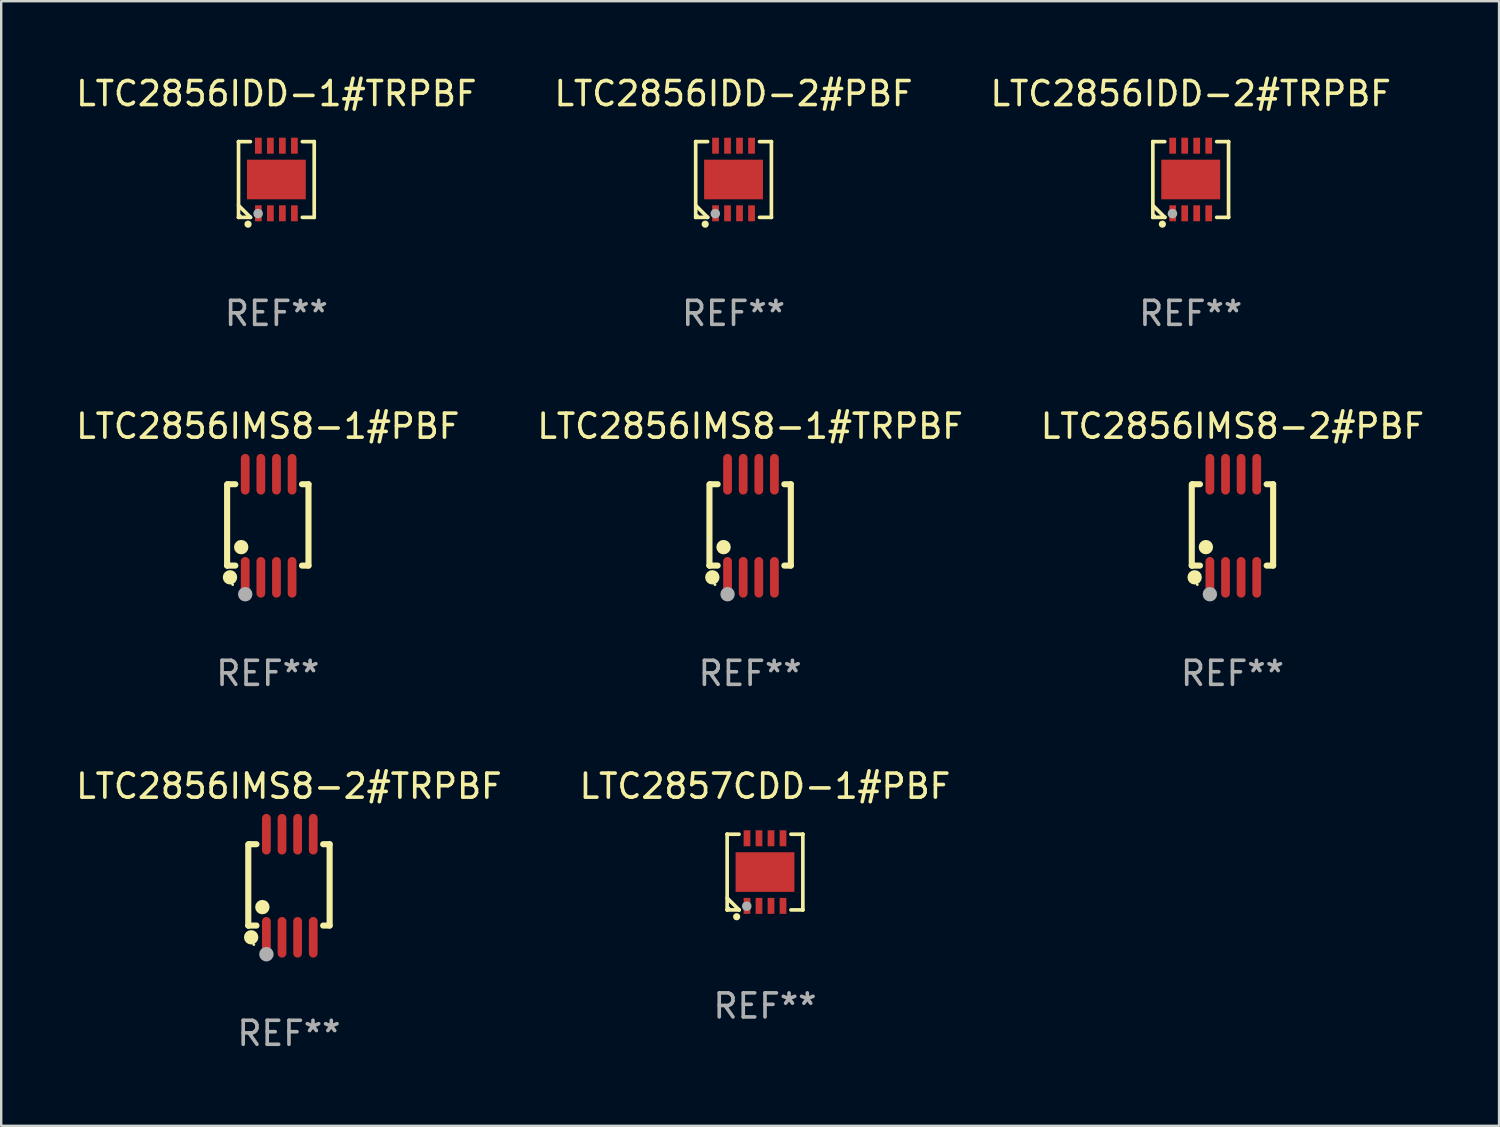
<source format=kicad_pcb>
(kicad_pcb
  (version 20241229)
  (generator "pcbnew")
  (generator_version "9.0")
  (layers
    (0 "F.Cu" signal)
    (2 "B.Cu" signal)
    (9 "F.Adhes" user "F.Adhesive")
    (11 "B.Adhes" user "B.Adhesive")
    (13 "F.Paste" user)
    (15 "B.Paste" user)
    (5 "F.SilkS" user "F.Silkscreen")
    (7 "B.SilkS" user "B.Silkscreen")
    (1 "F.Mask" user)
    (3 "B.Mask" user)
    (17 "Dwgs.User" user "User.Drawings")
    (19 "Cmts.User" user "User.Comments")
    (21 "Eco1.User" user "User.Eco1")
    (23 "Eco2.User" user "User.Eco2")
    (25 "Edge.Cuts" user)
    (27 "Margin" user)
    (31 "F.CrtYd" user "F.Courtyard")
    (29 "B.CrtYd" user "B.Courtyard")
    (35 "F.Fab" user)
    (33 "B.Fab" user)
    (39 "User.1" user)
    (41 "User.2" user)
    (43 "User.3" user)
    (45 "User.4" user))
  (footprint "LTC2857CDD-1#PBF"
    (layer "F.Cu")
    (at 28.804 33.262)
    (property "Reference" "LTC2857CDD-1#PBF" (at 0 -3.576 0) (layer "F.SilkS") (effects (font (size 1 1) (thickness 0.15))))
    (attr through_hole)
    (fp_line (start -1.576 -1.576) (end -1.576 -1.576) (stroke (width 0.152) (type solid)) (layer "F.SilkS"))
    (fp_line (start -1.576 -1.576) (end -1.08 -1.576) (stroke (width 0.152) (type solid)) (layer "F.SilkS"))
    (fp_line (start -1.576 1.576) (end -1.576 -1.576) (stroke (width 0.152) (type solid)) (layer "F.SilkS"))
    (fp_line (start -1.576 1.576) (end -1.576 1.576) (stroke (width 0.152) (type solid)) (layer "F.SilkS"))
    (fp_line (start -1.08 1.575) (end -1.576 1.079) (stroke (width 0.152) (type solid)) (layer "F.SilkS"))
    (fp_line (start -1.08 1.576) (end -1.576 1.576) (stroke (width 0.152) (type solid)) (layer "F.SilkS"))
    (fp_line (start -1.08 1.576) (end -1.08 1.575) (stroke (width 0.152) (type solid)) (layer "F.SilkS"))
    (fp_line (start 1.08 1.576) (end 1.576 1.576) (stroke (width 0.152) (type solid)) (layer "F.SilkS"))
    (fp_line (start 1.576 -1.576) (end 1.08 -1.576) (stroke (width 0.152) (type solid)) (layer "F.SilkS"))
    (fp_line (start 1.576 -1.576) (end 1.576 -1.576) (stroke (width 0.152) (type solid)) (layer "F.SilkS"))
    (fp_line (start 1.576 1.576) (end 1.576 -1.576) (stroke (width 0.152) (type solid)) (layer "F.SilkS"))
    (fp_line (start 1.576 1.576) (end 1.576 1.576) (stroke (width 0.152) (type solid)) (layer "F.SilkS"))
    (fp_circle (center -1.5 1.5) (end -1.47 1.5) (stroke (width 0.06) (type solid)) (fill no) (layer "F.SilkS"))
    (fp_circle (center -1.18 1.86) (end -1.105 1.86) (stroke (width 0.15) (type solid)) (fill no) (layer "F.SilkS"))
    (fp_circle (center -0.76 1.42) (end -0.66 1.42) (stroke (width 0.2) (type solid)) (fill no) (layer "F.Fab"))
    (fp_text user "REF**" (at 0 5.576 0) (layer "F.Fab") (effects (font (size 1 1) (thickness 0.15))))
    (pad "1" smd rect (at -0.75 1.407) (size 0.28 0.665) (layers "F.Cu" "F.Mask" "F.Paste"))
    (pad "2" smd rect (at -0.25 1.407) (size 0.28 0.665) (layers "F.Cu" "F.Mask" "F.Paste"))
    (pad "3" smd rect (at 0.25 1.407) (size 0.28 0.665) (layers "F.Cu" "F.Mask" "F.Paste"))
    (pad "4" smd rect (at 0.75 1.407) (size 0.28 0.665) (layers "F.Cu" "F.Mask" "F.Paste"))
    (pad "5" smd rect (at 0.75 -1.407) (size 0.28 0.665) (layers "F.Cu" "F.Mask" "F.Paste"))
    (pad "6" smd rect (at 0.25 -1.407) (size 0.28 0.665) (layers "F.Cu" "F.Mask" "F.Paste"))
    (pad "7" smd rect (at -0.25 -1.407) (size 0.28 0.665) (layers "F.Cu" "F.Mask" "F.Paste"))
    (pad "8" smd rect (at -0.75 -1.407) (size 0.28 0.665) (layers "F.Cu" "F.Mask" "F.Paste"))
    (pad "9" smd rect (at 0 0) (size 2.45 1.65) (layers "F.Cu" "F.Mask" "F.Paste")))
  (footprint "LTC2856IMS8-1#TRPBF"
    (layer "F.Cu")
    (at 28.185 18.843)
    (property "Reference" "LTC2856IMS8-1#TRPBF" (at 0 -4.146 0) (layer "F.SilkS") (effects (font (size 1 1) (thickness 0.15))))
    (attr through_hole)
    (fp_line (start -1.694 -1.724) (end -1.694 1.652) (stroke (width 0.254) (type solid)) (layer "F.SilkS"))
    (fp_line (start -1.694 1.652) (end -1.688 1.658) (stroke (width 0.254) (type solid)) (layer "F.SilkS"))
    (fp_line (start -1.688 1.658) (end -1.353 1.658) (stroke (width 0.254) (type solid)) (layer "F.SilkS"))
    (fp_line (start -1.661 -1.73) (end -1.681 -1.71) (stroke (width 0.254) (type solid)) (layer "F.SilkS"))
    (fp_line (start -1.353 -1.73) (end -1.661 -1.73) (stroke (width 0.254) (type solid)) (layer "F.SilkS"))
    (fp_line (start 1.424 1.658) (end 1.694 1.658) (stroke (width 0.254) (type solid)) (layer "F.SilkS"))
    (fp_line (start 1.694 -1.73) (end 1.424 -1.73) (stroke (width 0.254) (type solid)) (layer "F.SilkS"))
    (fp_line (start 1.694 1.658) (end 1.694 -1.73) (stroke (width 0.254) (type solid)) (layer "F.SilkS"))
    (fp_circle (center -1.574 2.146) (end -1.424 2.146) (stroke (width 0.3) (type solid)) (fill no) (layer "F.SilkS"))
    (fp_circle (center -1.464 2.45) (end -1.434 2.45) (stroke (width 0.06) (type solid)) (fill no) (layer "F.SilkS"))
    (fp_circle (center -1.107 0.889) (end -0.957 0.889) (stroke (width 0.3) (type solid)) (fill no) (layer "F.SilkS"))
    (fp_circle (center -0.94 2.85) (end -0.789 2.85) (stroke (width 0.3) (type solid)) (fill no) (layer "F.Fab"))
    (fp_text user "REF**" (at 0 6.146 0) (layer "F.Fab") (effects (font (size 1 1) (thickness 0.15))))
    (pad "1" smd oval (at -0.94 2.146) (size 0.364 1.692) (layers "F.Cu" "F.Mask" "F.Paste"))
    (pad "2" smd oval (at -0.289 2.146) (size 0.364 1.692) (layers "F.Cu" "F.Mask" "F.Paste"))
    (pad "3" smd oval (at 0.361 2.146) (size 0.364 1.692) (layers "F.Cu" "F.Mask" "F.Paste"))
    (pad "4" smd oval (at 1.011 2.146) (size 0.364 1.692) (layers "F.Cu" "F.Mask" "F.Paste"))
    (pad "5" smd oval (at 1.011 -2.146) (size 0.364 1.692) (layers "F.Cu" "F.Mask" "F.Paste"))
    (pad "6" smd oval (at 0.361 -2.146) (size 0.364 1.692) (layers "F.Cu" "F.Mask" "F.Paste"))
    (pad "7" smd oval (at -0.289 -2.146) (size 0.364 1.692) (layers "F.Cu" "F.Mask" "F.Paste"))
    (pad "8" smd oval (at -0.94 -2.146) (size 0.364 1.692) (layers "F.Cu" "F.Mask" "F.Paste")))
  (footprint "LTC2856IDD-1#TRPBF"
    (layer "F.Cu")
    (at 8.458 4.424)
    (property "Reference" "LTC2856IDD-1#TRPBF" (at 0 -3.576 0) (layer "F.SilkS") (effects (font (size 1 1) (thickness 0.15))))
    (attr through_hole)
    (fp_line (start -1.576 -1.576) (end -1.576 -1.576) (stroke (width 0.152) (type solid)) (layer "F.SilkS"))
    (fp_line (start -1.576 -1.576) (end -1.08 -1.576) (stroke (width 0.152) (type solid)) (layer "F.SilkS"))
    (fp_line (start -1.576 1.576) (end -1.576 -1.576) (stroke (width 0.152) (type solid)) (layer "F.SilkS"))
    (fp_line (start -1.576 1.576) (end -1.576 1.576) (stroke (width 0.152) (type solid)) (layer "F.SilkS"))
    (fp_line (start -1.08 1.575) (end -1.576 1.079) (stroke (width 0.152) (type solid)) (layer "F.SilkS"))
    (fp_line (start -1.08 1.576) (end -1.576 1.576) (stroke (width 0.152) (type solid)) (layer "F.SilkS"))
    (fp_line (start -1.08 1.576) (end -1.08 1.575) (stroke (width 0.152) (type solid)) (layer "F.SilkS"))
    (fp_line (start 1.08 1.576) (end 1.576 1.576) (stroke (width 0.152) (type solid)) (layer "F.SilkS"))
    (fp_line (start 1.576 -1.576) (end 1.08 -1.576) (stroke (width 0.152) (type solid)) (layer "F.SilkS"))
    (fp_line (start 1.576 -1.576) (end 1.576 -1.576) (stroke (width 0.152) (type solid)) (layer "F.SilkS"))
    (fp_line (start 1.576 1.576) (end 1.576 -1.576) (stroke (width 0.152) (type solid)) (layer "F.SilkS"))
    (fp_line (start 1.576 1.576) (end 1.576 1.576) (stroke (width 0.152) (type solid)) (layer "F.SilkS"))
    (fp_circle (center -1.5 1.5) (end -1.47 1.5) (stroke (width 0.06) (type solid)) (fill no) (layer "F.SilkS"))
    (fp_circle (center -1.18 1.86) (end -1.105 1.86) (stroke (width 0.15) (type solid)) (fill no) (layer "F.SilkS"))
    (fp_circle (center -0.76 1.42) (end -0.66 1.42) (stroke (width 0.2) (type solid)) (fill no) (layer "F.Fab"))
    (fp_text user "REF**" (at 0 5.576 0) (layer "F.Fab") (effects (font (size 1 1) (thickness 0.15))))
    (pad "1" smd rect (at -0.75 1.407) (size 0.28 0.665) (layers "F.Cu" "F.Mask" "F.Paste"))
    (pad "2" smd rect (at -0.25 1.407) (size 0.28 0.665) (layers "F.Cu" "F.Mask" "F.Paste"))
    (pad "3" smd rect (at 0.25 1.407) (size 0.28 0.665) (layers "F.Cu" "F.Mask" "F.Paste"))
    (pad "4" smd rect (at 0.75 1.407) (size 0.28 0.665) (layers "F.Cu" "F.Mask" "F.Paste"))
    (pad "5" smd rect (at 0.75 -1.407) (size 0.28 0.665) (layers "F.Cu" "F.Mask" "F.Paste"))
    (pad "6" smd rect (at 0.25 -1.407) (size 0.28 0.665) (layers "F.Cu" "F.Mask" "F.Paste"))
    (pad "7" smd rect (at -0.25 -1.407) (size 0.28 0.665) (layers "F.Cu" "F.Mask" "F.Paste"))
    (pad "8" smd rect (at -0.75 -1.407) (size 0.28 0.665) (layers "F.Cu" "F.Mask" "F.Paste"))
    (pad "9" smd rect (at 0 0) (size 2.45 1.65) (layers "F.Cu" "F.Mask" "F.Paste")))
  (footprint "LTC2856IMS8-2#TRPBF"
    (layer "F.Cu")
    (at 8.982 33.832)
    (property "Reference" "LTC2856IMS8-2#TRPBF" (at 0 -4.146 0) (layer "F.SilkS") (effects (font (size 1 1) (thickness 0.15))))
    (attr through_hole)
    (fp_line (start -1.694 -1.724) (end -1.694 1.652) (stroke (width 0.254) (type solid)) (layer "F.SilkS"))
    (fp_line (start -1.694 1.652) (end -1.688 1.658) (stroke (width 0.254) (type solid)) (layer "F.SilkS"))
    (fp_line (start -1.688 1.658) (end -1.353 1.658) (stroke (width 0.254) (type solid)) (layer "F.SilkS"))
    (fp_line (start -1.661 -1.73) (end -1.681 -1.71) (stroke (width 0.254) (type solid)) (layer "F.SilkS"))
    (fp_line (start -1.353 -1.73) (end -1.661 -1.73) (stroke (width 0.254) (type solid)) (layer "F.SilkS"))
    (fp_line (start 1.424 1.658) (end 1.694 1.658) (stroke (width 0.254) (type solid)) (layer "F.SilkS"))
    (fp_line (start 1.694 -1.73) (end 1.424 -1.73) (stroke (width 0.254) (type solid)) (layer "F.SilkS"))
    (fp_line (start 1.694 1.658) (end 1.694 -1.73) (stroke (width 0.254) (type solid)) (layer "F.SilkS"))
    (fp_circle (center -1.574 2.146) (end -1.424 2.146) (stroke (width 0.3) (type solid)) (fill no) (layer "F.SilkS"))
    (fp_circle (center -1.464 2.45) (end -1.434 2.45) (stroke (width 0.06) (type solid)) (fill no) (layer "F.SilkS"))
    (fp_circle (center -1.107 0.889) (end -0.957 0.889) (stroke (width 0.3) (type solid)) (fill no) (layer "F.SilkS"))
    (fp_circle (center -0.94 2.85) (end -0.789 2.85) (stroke (width 0.3) (type solid)) (fill no) (layer "F.Fab"))
    (fp_text user "REF**" (at 0 6.146 0) (layer "F.Fab") (effects (font (size 1 1) (thickness 0.15))))
    (pad "1" smd oval (at -0.94 2.146) (size 0.364 1.692) (layers "F.Cu" "F.Mask" "F.Paste"))
    (pad "2" smd oval (at -0.289 2.146) (size 0.364 1.692) (layers "F.Cu" "F.Mask" "F.Paste"))
    (pad "3" smd oval (at 0.361 2.146) (size 0.364 1.692) (layers "F.Cu" "F.Mask" "F.Paste"))
    (pad "4" smd oval (at 1.011 2.146) (size 0.364 1.692) (layers "F.Cu" "F.Mask" "F.Paste"))
    (pad "5" smd oval (at 1.011 -2.146) (size 0.364 1.692) (layers "F.Cu" "F.Mask" "F.Paste"))
    (pad "6" smd oval (at 0.361 -2.146) (size 0.364 1.692) (layers "F.Cu" "F.Mask" "F.Paste"))
    (pad "7" smd oval (at -0.289 -2.146) (size 0.364 1.692) (layers "F.Cu" "F.Mask" "F.Paste"))
    (pad "8" smd oval (at -0.94 -2.146) (size 0.364 1.692) (layers "F.Cu" "F.Mask" "F.Paste")))
  (footprint "LTC2856IMS8-1#PBF"
    (layer "F.Cu")
    (at 8.101 18.843)
    (property "Reference" "LTC2856IMS8-1#PBF" (at 0 -4.146 0) (layer "F.SilkS") (effects (font (size 1 1) (thickness 0.15))))
    (attr through_hole)
    (fp_line (start -1.694 -1.724) (end -1.694 1.652) (stroke (width 0.254) (type solid)) (layer "F.SilkS"))
    (fp_line (start -1.694 1.652) (end -1.688 1.658) (stroke (width 0.254) (type solid)) (layer "F.SilkS"))
    (fp_line (start -1.688 1.658) (end -1.353 1.658) (stroke (width 0.254) (type solid)) (layer "F.SilkS"))
    (fp_line (start -1.661 -1.73) (end -1.681 -1.71) (stroke (width 0.254) (type solid)) (layer "F.SilkS"))
    (fp_line (start -1.353 -1.73) (end -1.661 -1.73) (stroke (width 0.254) (type solid)) (layer "F.SilkS"))
    (fp_line (start 1.424 1.658) (end 1.694 1.658) (stroke (width 0.254) (type solid)) (layer "F.SilkS"))
    (fp_line (start 1.694 -1.73) (end 1.424 -1.73) (stroke (width 0.254) (type solid)) (layer "F.SilkS"))
    (fp_line (start 1.694 1.658) (end 1.694 -1.73) (stroke (width 0.254) (type solid)) (layer "F.SilkS"))
    (fp_circle (center -1.574 2.146) (end -1.424 2.146) (stroke (width 0.3) (type solid)) (fill no) (layer "F.SilkS"))
    (fp_circle (center -1.464 2.45) (end -1.434 2.45) (stroke (width 0.06) (type solid)) (fill no) (layer "F.SilkS"))
    (fp_circle (center -1.107 0.889) (end -0.957 0.889) (stroke (width 0.3) (type solid)) (fill no) (layer "F.SilkS"))
    (fp_circle (center -0.94 2.85) (end -0.789 2.85) (stroke (width 0.3) (type solid)) (fill no) (layer "F.Fab"))
    (fp_text user "REF**" (at 0 6.146 0) (layer "F.Fab") (effects (font (size 1 1) (thickness 0.15))))
    (pad "1" smd oval (at -0.94 2.146) (size 0.364 1.692) (layers "F.Cu" "F.Mask" "F.Paste"))
    (pad "2" smd oval (at -0.289 2.146) (size 0.364 1.692) (layers "F.Cu" "F.Mask" "F.Paste"))
    (pad "3" smd oval (at 0.361 2.146) (size 0.364 1.692) (layers "F.Cu" "F.Mask" "F.Paste"))
    (pad "4" smd oval (at 1.011 2.146) (size 0.364 1.692) (layers "F.Cu" "F.Mask" "F.Paste"))
    (pad "5" smd oval (at 1.011 -2.146) (size 0.364 1.692) (layers "F.Cu" "F.Mask" "F.Paste"))
    (pad "6" smd oval (at 0.361 -2.146) (size 0.364 1.692) (layers "F.Cu" "F.Mask" "F.Paste"))
    (pad "7" smd oval (at -0.289 -2.146) (size 0.364 1.692) (layers "F.Cu" "F.Mask" "F.Paste"))
    (pad "8" smd oval (at -0.94 -2.146) (size 0.364 1.692) (layers "F.Cu" "F.Mask" "F.Paste")))
  (footprint "LTC2856IDD-2#PBF"
    (layer "F.Cu")
    (at 27.494 4.424)
    (property "Reference" "LTC2856IDD-2#PBF" (at 0 -3.576 0) (layer "F.SilkS") (effects (font (size 1 1) (thickness 0.15))))
    (attr through_hole)
    (fp_line (start -1.576 -1.576) (end -1.576 -1.576) (stroke (width 0.152) (type solid)) (layer "F.SilkS"))
    (fp_line (start -1.576 -1.576) (end -1.08 -1.576) (stroke (width 0.152) (type solid)) (layer "F.SilkS"))
    (fp_line (start -1.576 1.576) (end -1.576 -1.576) (stroke (width 0.152) (type solid)) (layer "F.SilkS"))
    (fp_line (start -1.576 1.576) (end -1.576 1.576) (stroke (width 0.152) (type solid)) (layer "F.SilkS"))
    (fp_line (start -1.08 1.575) (end -1.576 1.079) (stroke (width 0.152) (type solid)) (layer "F.SilkS"))
    (fp_line (start -1.08 1.576) (end -1.576 1.576) (stroke (width 0.152) (type solid)) (layer "F.SilkS"))
    (fp_line (start -1.08 1.576) (end -1.08 1.575) (stroke (width 0.152) (type solid)) (layer "F.SilkS"))
    (fp_line (start 1.08 1.576) (end 1.576 1.576) (stroke (width 0.152) (type solid)) (layer "F.SilkS"))
    (fp_line (start 1.576 -1.576) (end 1.08 -1.576) (stroke (width 0.152) (type solid)) (layer "F.SilkS"))
    (fp_line (start 1.576 -1.576) (end 1.576 -1.576) (stroke (width 0.152) (type solid)) (layer "F.SilkS"))
    (fp_line (start 1.576 1.576) (end 1.576 -1.576) (stroke (width 0.152) (type solid)) (layer "F.SilkS"))
    (fp_line (start 1.576 1.576) (end 1.576 1.576) (stroke (width 0.152) (type solid)) (layer "F.SilkS"))
    (fp_circle (center -1.5 1.5) (end -1.47 1.5) (stroke (width 0.06) (type solid)) (fill no) (layer "F.SilkS"))
    (fp_circle (center -1.18 1.86) (end -1.105 1.86) (stroke (width 0.15) (type solid)) (fill no) (layer "F.SilkS"))
    (fp_circle (center -0.76 1.42) (end -0.66 1.42) (stroke (width 0.2) (type solid)) (fill no) (layer "F.Fab"))
    (fp_text user "REF**" (at 0 5.576 0) (layer "F.Fab") (effects (font (size 1 1) (thickness 0.15))))
    (pad "1" smd rect (at -0.75 1.407) (size 0.28 0.665) (layers "F.Cu" "F.Mask" "F.Paste"))
    (pad "2" smd rect (at -0.25 1.407) (size 0.28 0.665) (layers "F.Cu" "F.Mask" "F.Paste"))
    (pad "3" smd rect (at 0.25 1.407) (size 0.28 0.665) (layers "F.Cu" "F.Mask" "F.Paste"))
    (pad "4" smd rect (at 0.75 1.407) (size 0.28 0.665) (layers "F.Cu" "F.Mask" "F.Paste"))
    (pad "5" smd rect (at 0.75 -1.407) (size 0.28 0.665) (layers "F.Cu" "F.Mask" "F.Paste"))
    (pad "6" smd rect (at 0.25 -1.407) (size 0.28 0.665) (layers "F.Cu" "F.Mask" "F.Paste"))
    (pad "7" smd rect (at -0.25 -1.407) (size 0.28 0.665) (layers "F.Cu" "F.Mask" "F.Paste"))
    (pad "8" smd rect (at -0.75 -1.407) (size 0.28 0.665) (layers "F.Cu" "F.Mask" "F.Paste"))
    (pad "9" smd rect (at 0 0) (size 2.45 1.65) (layers "F.Cu" "F.Mask" "F.Paste")))
  (footprint "LTC2856IMS8-2#PBF"
    (layer "F.Cu")
    (at 48.268 18.843)
    (property "Reference" "LTC2856IMS8-2#PBF" (at 0 -4.146 0) (layer "F.SilkS") (effects (font (size 1 1) (thickness 0.15))))
    (attr through_hole)
    (fp_line (start -1.694 -1.724) (end -1.694 1.652) (stroke (width 0.254) (type solid)) (layer "F.SilkS"))
    (fp_line (start -1.694 1.652) (end -1.688 1.658) (stroke (width 0.254) (type solid)) (layer "F.SilkS"))
    (fp_line (start -1.688 1.658) (end -1.353 1.658) (stroke (width 0.254) (type solid)) (layer "F.SilkS"))
    (fp_line (start -1.661 -1.73) (end -1.681 -1.71) (stroke (width 0.254) (type solid)) (layer "F.SilkS"))
    (fp_line (start -1.353 -1.73) (end -1.661 -1.73) (stroke (width 0.254) (type solid)) (layer "F.SilkS"))
    (fp_line (start 1.424 1.658) (end 1.694 1.658) (stroke (width 0.254) (type solid)) (layer "F.SilkS"))
    (fp_line (start 1.694 -1.73) (end 1.424 -1.73) (stroke (width 0.254) (type solid)) (layer "F.SilkS"))
    (fp_line (start 1.694 1.658) (end 1.694 -1.73) (stroke (width 0.254) (type solid)) (layer "F.SilkS"))
    (fp_circle (center -1.574 2.146) (end -1.424 2.146) (stroke (width 0.3) (type solid)) (fill no) (layer "F.SilkS"))
    (fp_circle (center -1.464 2.45) (end -1.434 2.45) (stroke (width 0.06) (type solid)) (fill no) (layer "F.SilkS"))
    (fp_circle (center -1.107 0.889) (end -0.957 0.889) (stroke (width 0.3) (type solid)) (fill no) (layer "F.SilkS"))
    (fp_circle (center -0.94 2.85) (end -0.789 2.85) (stroke (width 0.3) (type solid)) (fill no) (layer "F.Fab"))
    (fp_text user "REF**" (at 0 6.146 0) (layer "F.Fab") (effects (font (size 1 1) (thickness 0.15))))
    (pad "1" smd oval (at -0.94 2.146) (size 0.364 1.692) (layers "F.Cu" "F.Mask" "F.Paste"))
    (pad "2" smd oval (at -0.289 2.146) (size 0.364 1.692) (layers "F.Cu" "F.Mask" "F.Paste"))
    (pad "3" smd oval (at 0.361 2.146) (size 0.364 1.692) (layers "F.Cu" "F.Mask" "F.Paste"))
    (pad "4" smd oval (at 1.011 2.146) (size 0.364 1.692) (layers "F.Cu" "F.Mask" "F.Paste"))
    (pad "5" smd oval (at 1.011 -2.146) (size 0.364 1.692) (layers "F.Cu" "F.Mask" "F.Paste"))
    (pad "6" smd oval (at 0.361 -2.146) (size 0.364 1.692) (layers "F.Cu" "F.Mask" "F.Paste"))
    (pad "7" smd oval (at -0.289 -2.146) (size 0.364 1.692) (layers "F.Cu" "F.Mask" "F.Paste"))
    (pad "8" smd oval (at -0.94 -2.146) (size 0.364 1.692) (layers "F.Cu" "F.Mask" "F.Paste")))
  (footprint "LTC2856IDD-2#TRPBF"
    (layer "F.Cu")
    (at 46.53 4.424)
    (property "Reference" "LTC2856IDD-2#TRPBF" (at 0 -3.576 0) (layer "F.SilkS") (effects (font (size 1 1) (thickness 0.15))))
    (attr through_hole)
    (fp_line (start -1.576 -1.576) (end -1.576 -1.576) (stroke (width 0.152) (type solid)) (layer "F.SilkS"))
    (fp_line (start -1.576 -1.576) (end -1.08 -1.576) (stroke (width 0.152) (type solid)) (layer "F.SilkS"))
    (fp_line (start -1.576 1.576) (end -1.576 -1.576) (stroke (width 0.152) (type solid)) (layer "F.SilkS"))
    (fp_line (start -1.576 1.576) (end -1.576 1.576) (stroke (width 0.152) (type solid)) (layer "F.SilkS"))
    (fp_line (start -1.08 1.575) (end -1.576 1.079) (stroke (width 0.152) (type solid)) (layer "F.SilkS"))
    (fp_line (start -1.08 1.576) (end -1.576 1.576) (stroke (width 0.152) (type solid)) (layer "F.SilkS"))
    (fp_line (start -1.08 1.576) (end -1.08 1.575) (stroke (width 0.152) (type solid)) (layer "F.SilkS"))
    (fp_line (start 1.08 1.576) (end 1.576 1.576) (stroke (width 0.152) (type solid)) (layer "F.SilkS"))
    (fp_line (start 1.576 -1.576) (end 1.08 -1.576) (stroke (width 0.152) (type solid)) (layer "F.SilkS"))
    (fp_line (start 1.576 -1.576) (end 1.576 -1.576) (stroke (width 0.152) (type solid)) (layer "F.SilkS"))
    (fp_line (start 1.576 1.576) (end 1.576 -1.576) (stroke (width 0.152) (type solid)) (layer "F.SilkS"))
    (fp_line (start 1.576 1.576) (end 1.576 1.576) (stroke (width 0.152) (type solid)) (layer "F.SilkS"))
    (fp_circle (center -1.5 1.5) (end -1.47 1.5) (stroke (width 0.06) (type solid)) (fill no) (layer "F.SilkS"))
    (fp_circle (center -1.18 1.86) (end -1.105 1.86) (stroke (width 0.15) (type solid)) (fill no) (layer "F.SilkS"))
    (fp_circle (center -0.76 1.42) (end -0.66 1.42) (stroke (width 0.2) (type solid)) (fill no) (layer "F.Fab"))
    (fp_text user "REF**" (at 0 5.576 0) (layer "F.Fab") (effects (font (size 1 1) (thickness 0.15))))
    (pad "1" smd rect (at -0.75 1.407) (size 0.28 0.665) (layers "F.Cu" "F.Mask" "F.Paste"))
    (pad "2" smd rect (at -0.25 1.407) (size 0.28 0.665) (layers "F.Cu" "F.Mask" "F.Paste"))
    (pad "3" smd rect (at 0.25 1.407) (size 0.28 0.665) (layers "F.Cu" "F.Mask" "F.Paste"))
    (pad "4" smd rect (at 0.75 1.407) (size 0.28 0.665) (layers "F.Cu" "F.Mask" "F.Paste"))
    (pad "5" smd rect (at 0.75 -1.407) (size 0.28 0.665) (layers "F.Cu" "F.Mask" "F.Paste"))
    (pad "6" smd rect (at 0.25 -1.407) (size 0.28 0.665) (layers "F.Cu" "F.Mask" "F.Paste"))
    (pad "7" smd rect (at -0.25 -1.407) (size 0.28 0.665) (layers "F.Cu" "F.Mask" "F.Paste"))
    (pad "8" smd rect (at -0.75 -1.407) (size 0.28 0.665) (layers "F.Cu" "F.Mask" "F.Paste"))
    (pad "9" smd rect (at 0 0) (size 2.45 1.65) (layers "F.Cu" "F.Mask" "F.Paste")))
  (gr_rect
    (start -3 -3)
    (end 59.369 43.826)
    (stroke (width 0.1) (type default))
    (fill no)
    (layer "Edge.Cuts")))
</source>
